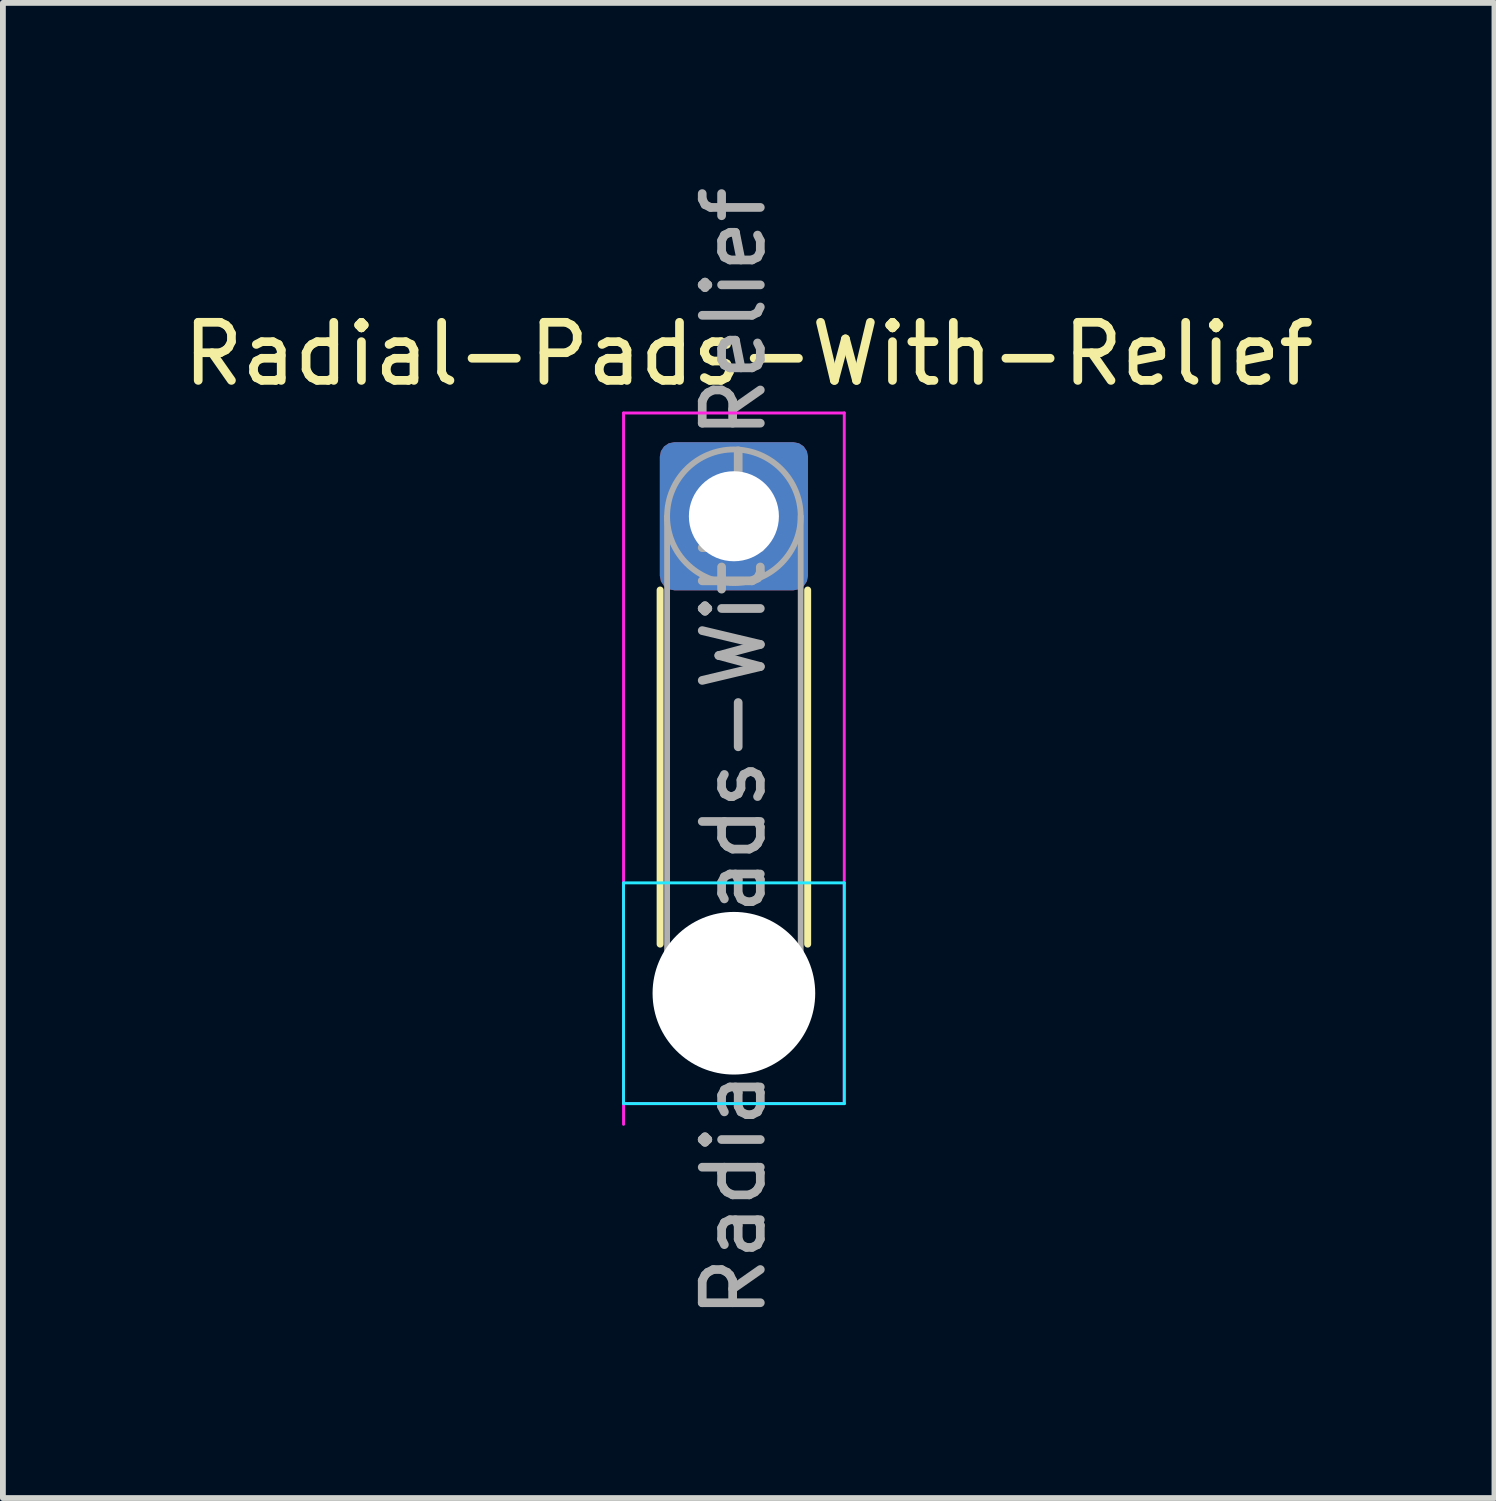
<source format=kicad_pcb>
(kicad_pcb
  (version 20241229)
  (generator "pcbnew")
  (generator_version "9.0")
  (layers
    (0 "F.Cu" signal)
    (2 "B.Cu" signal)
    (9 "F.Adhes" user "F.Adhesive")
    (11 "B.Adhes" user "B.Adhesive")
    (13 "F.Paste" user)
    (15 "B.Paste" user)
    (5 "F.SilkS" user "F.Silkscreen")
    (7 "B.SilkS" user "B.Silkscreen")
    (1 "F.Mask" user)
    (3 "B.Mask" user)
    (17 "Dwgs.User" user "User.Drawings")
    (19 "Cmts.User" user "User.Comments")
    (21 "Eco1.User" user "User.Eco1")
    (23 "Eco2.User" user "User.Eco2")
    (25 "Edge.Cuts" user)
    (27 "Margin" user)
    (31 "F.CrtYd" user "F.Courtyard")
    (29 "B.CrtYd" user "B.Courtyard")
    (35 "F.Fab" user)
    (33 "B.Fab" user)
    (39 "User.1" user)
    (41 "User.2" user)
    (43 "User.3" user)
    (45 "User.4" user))
  (footprint "Radial-Pads-With-Relief"
    (layer "F.Cu")
    (at 9.585 0.25)
    (property "Reference" "Radial-Pads-With-Relief" (at 0.254 2.794 0) (layer "F.SilkS") (effects (font (size 1 1) (thickness 0.15))))
    (attr exclude_from_pos_files exclude_from_bom)
    (fp_line (start -1.27 6.858) (end -1.27 12.954) (stroke (width 0.12) (type solid)) (layer "F.SilkS"))
    (fp_line (start 1.27 6.858) (end 1.27 12.954) (stroke (width 0.12) (type solid)) (layer "F.SilkS"))
    (fp_line (start -1.9 11.9) (end -1.9 15.7) (stroke (width 0.05) (type solid)) (layer "B.CrtYd"))
    (fp_line (start -1.9 15.7) (end 1.9 15.7) (stroke (width 0.05) (type solid)) (layer "B.CrtYd"))
    (fp_line (start 1.9 11.9) (end -1.9 11.9) (stroke (width 0.05) (type solid)) (layer "B.CrtYd"))
    (fp_line (start 1.9 15.7) (end 1.9 11.9) (stroke (width 0.05) (type solid)) (layer "B.CrtYd"))
    (fp_line (start -1.9 3.81) (end -1.9 16.057) (stroke (width 0.05) (type solid)) (layer "F.CrtYd"))
    (fp_line (start -1.9 15.7) (end 1.9 15.7) (stroke (width 0.05) (type solid)) (layer "F.CrtYd"))
    (fp_line (start 1.9 3.81) (end -1.9 3.81) (stroke (width 0.05) (type solid)) (layer "F.CrtYd"))
    (fp_line (start 1.9 15.7) (end 1.9 3.81) (stroke (width 0.05) (type solid)) (layer "F.CrtYd"))
    (fp_line (start -1.15 5.588) (end -1.15 13.8) (stroke (width 0.1) (type solid)) (layer "F.Fab"))
    (fp_line (start 1.15 5.588) (end 1.15 13.8) (stroke (width 0.1) (type solid)) (layer "F.Fab"))
    (fp_circle (center 0 5.588) (end 1.15 5.588) (stroke (width 0.1) (type solid)) (fill no) (layer "F.Fab"))
    (fp_circle (center 0 13.8) (end 1.15 13.8) (stroke (width 0.1) (type solid)) (fill no) (layer "F.Fab"))
    (fp_text user "${REFERENCE}" (at 0 9.652 90) (layer "F.Fab") (effects (font (size 1 1) (thickness 0.15))))
    (pad "" np_thru_hole circle (at 0 13.8) (size 2.8 2.8) (drill 2.8) (layers "*.Cu" "*.Mask"))
    (pad "1" thru_hole roundrect (at 0 5.588) (size 2.55 2.55) (drill 1.55) (layers "*.Cu" "*.Mask") (roundrect_rratio 0.098)))
  (gr_rect
    (start -3 -3)
    (end 22.679 22.741)
    (stroke (width 0.1) (type default))
    (fill no)
    (layer "Edge.Cuts")))
</source>
